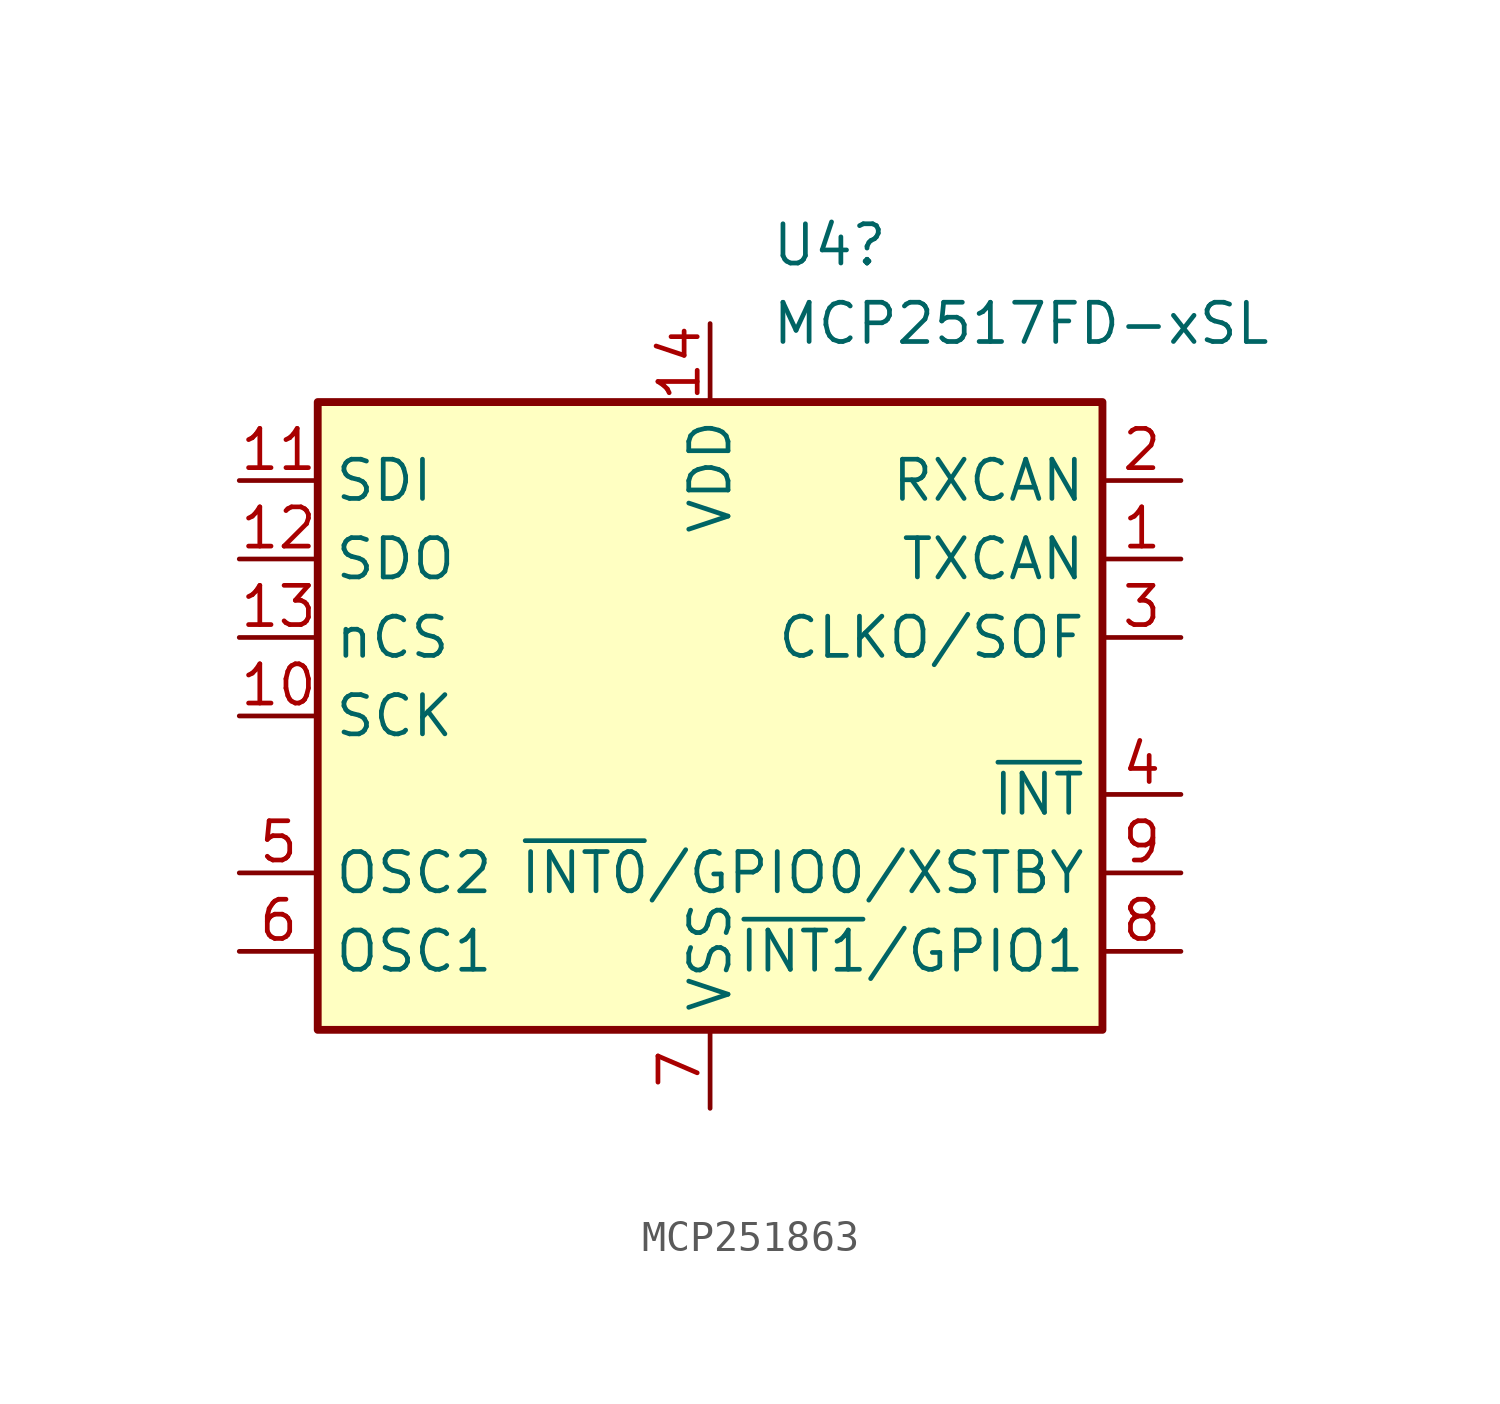
<source format=kicad_sym>
(kicad_symbol_lib
  (version 20220914)
  (generator kicad_symbol_editor)
  (symbol "MCP251863"
    (property "Reference" "U4"
      (at 1.956 15.24 0)
      (effects (font (size 1.27 1.27)) (justify left)))
    (property "Value" "MCP2517FD-xSL"
      (at 1.956 12.7 0)
      (effects (font (size 1.27 1.27)) (justify left)))
    (symbol "MCP251863_0_1"
      (rectangle (start -12.7 10.16) (end 12.7 -10.16) (stroke (width 0.254) (type default)) (fill (type background))))
    (symbol "MCP251863_1_1"
      (pin output line (at 15.24 5.08 180) (length 2.54) (name "TXCAN" (effects (font (size 1.27 1.27)))) (number "1" (effects (font (size 1.27 1.27)))))
      (pin input line (at -15.24 0 0) (length 2.54) (name "SCK" (effects (font (size 1.27 1.27)))) (number "10" (effects (font (size 1.27 1.27)))))
      (pin input line (at -15.24 7.62 0) (length 2.54) (name "SDI" (effects (font (size 1.27 1.27)))) (number "11" (effects (font (size 1.27 1.27)))))
      (pin output line (at -15.24 5.08 0) (length 2.54) (name "SDO" (effects (font (size 1.27 1.27)))) (number "12" (effects (font (size 1.27 1.27)))))
      (pin input line (at -15.24 2.54 0) (length 2.54) (name "nCS" (effects (font (size 1.27 1.27)))) (number "13" (effects (font (size 1.27 1.27)))))
      (pin power_in line (at 0 12.7 270) (length 2.54) (name "VDD" (effects (font (size 1.27 1.27)))) (number "14" (effects (font (size 1.27 1.27)))))
      (pin input line (at 15.24 7.62 180) (length 2.54) (name "RXCAN" (effects (font (size 1.27 1.27)))) (number "2" (effects (font (size 1.27 1.27)))))
      (pin output line (at 15.24 2.54 180) (length 2.54) (name "CLKO/SOF" (effects (font (size 1.27 1.27)))) (number "3" (effects (font (size 1.27 1.27)))))
      (pin output line (at 15.24 -2.54 180) (length 2.54) (name "~{INT}" (effects (font (size 1.27 1.27)))) (number "4" (effects (font (size 1.27 1.27)))))
      (pin output line (at -15.24 -5.08 0) (length 2.54) (name "OSC2" (effects (font (size 1.27 1.27)))) (number "5" (effects (font (size 1.27 1.27)))))
      (pin input line (at -15.24 -7.62 0) (length 2.54) (name "OSC1" (effects (font (size 1.27 1.27)))) (number "6" (effects (font (size 1.27 1.27)))))
      (pin power_in line (at 0 -12.7 90) (length 2.54) (name "VSS" (effects (font (size 1.27 1.27)))) (number "7" (effects (font (size 1.27 1.27)))))
      (pin bidirectional line (at 15.24 -7.62 180) (length 2.54) (name "~{INT1}/GPIO1" (effects (font (size 1.27 1.27)))) (number "8" (effects (font (size 1.27 1.27)))))
      (pin bidirectional line (at 15.24 -5.08 180) (length 2.54) (name "~{INT0}/GPIO0/XSTBY" (effects (font (size 1.27 1.27)))) (number "9" (effects (font (size 1.27 1.27))))))))
</source>
